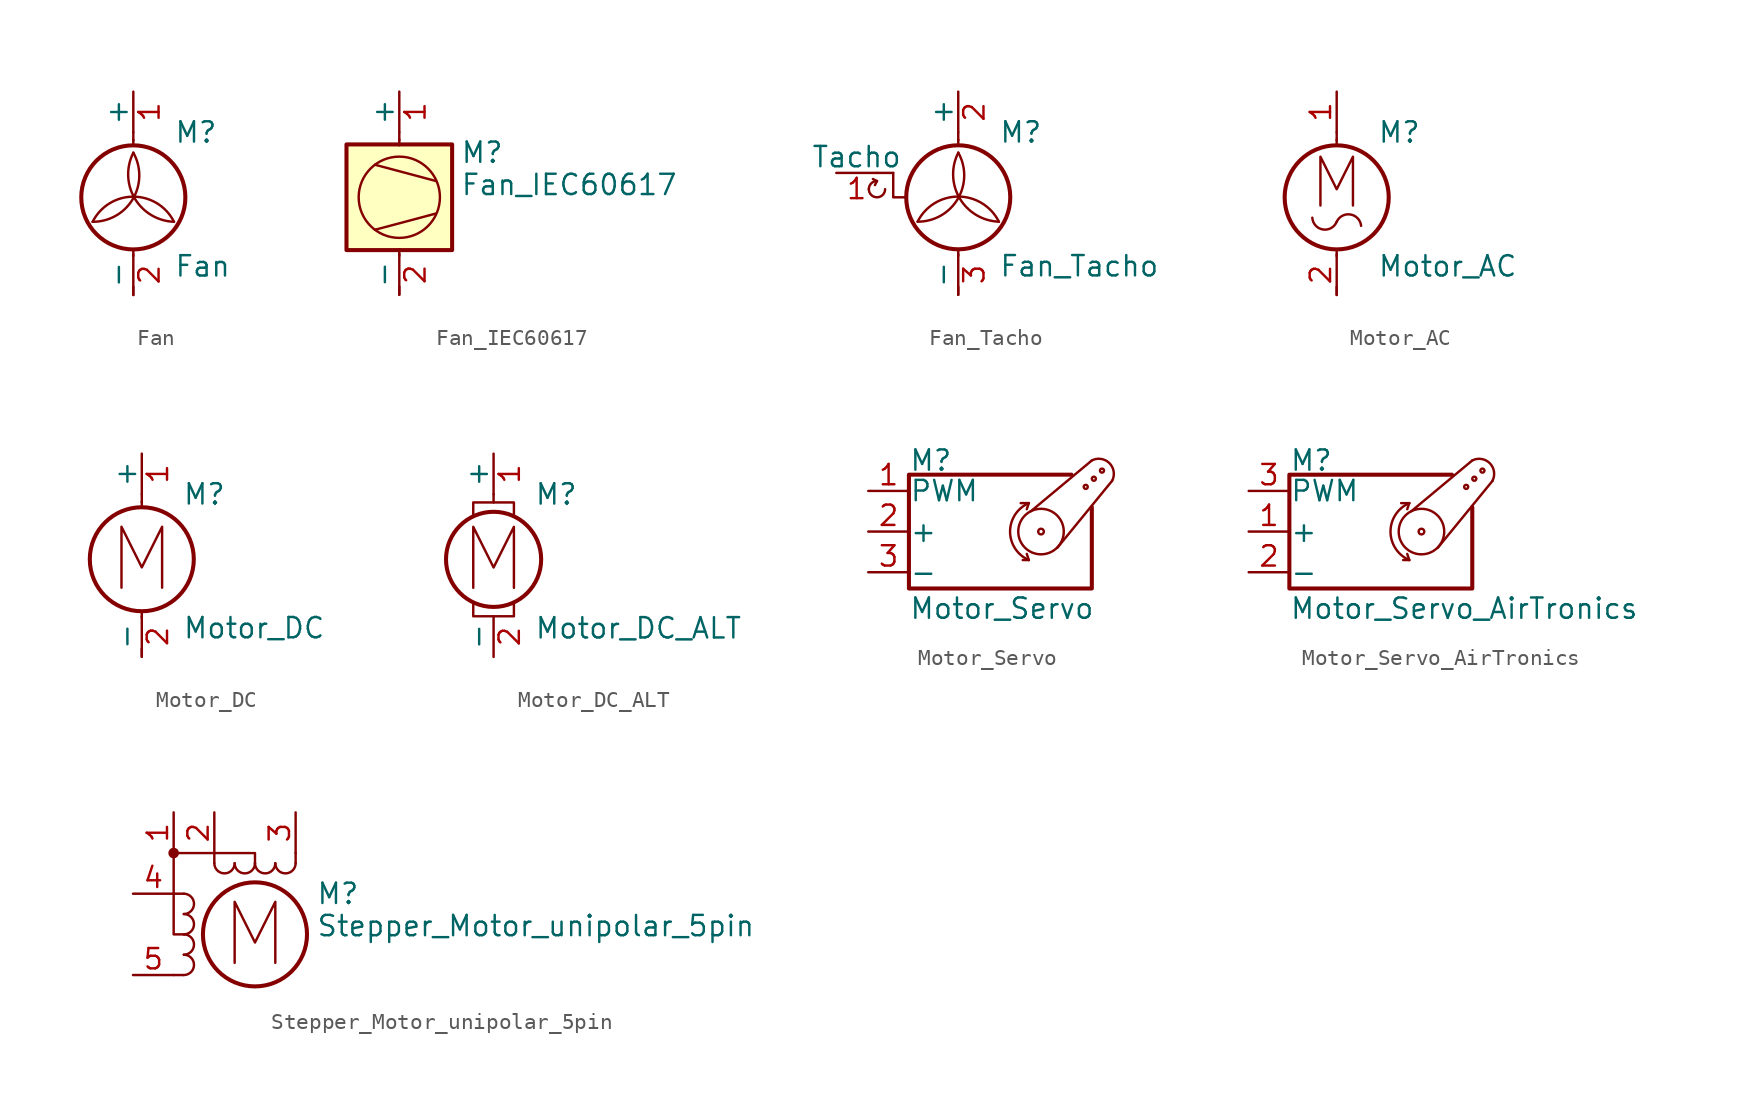
<source format=kicad_sym>
(kicad_symbol_lib
  (version 20201005)
  (generator kicad_symbol_editor)
  (symbol "Fan"
    (pin_names
      (offset 0))
    (property "Reference" "M"
      (at 2.54 5.08 0)
      (effects (font (size 1.27 1.27)) (justify left)))
    (property "Value" "Fan"
      (at 2.54 -2.54 0)
      (effects (font (size 1.27 1.27)) (justify left top)))
    (symbol "Fan_0_1"
      (arc (start 0 3.81) (end -2.54 -0.508) (radius (at -2.4892 2.3876) (length 2.8702) (angles 29.7 -91)) (stroke (width 0)) (fill (type none)))
      (arc (start -2.54 -0.508) (end 2.54 -0.508) (radius (at 0 -1.778) (length 2.8448) (angles 153.4 26.6)) (stroke (width 0)) (fill (type none)))
      (arc (start 2.54 -0.508) (end 0 3.81) (radius (at 2.6162 2.413) (length 2.921) (angles -91.5 151.9)) (stroke (width 0)) (fill (type none)))
      (circle (center 0 1.016) (radius 3.251) (stroke (width 0.254)) (fill (type none)))
      (polyline (pts (xy 0 -5.08) (xy 0 -4.572)) (stroke (width 0)) (fill (type none)))
      (polyline (pts (xy 0 -2.235) (xy 0 -2.642)) (stroke (width 0)) (fill (type none)))
      (polyline (pts (xy 0 4.267) (xy 0 4.623)) (stroke (width 0)) (fill (type none)))
      (polyline (pts (xy 0 4.572) (xy 0 5.08)) (stroke (width 0)) (fill (type none))))
    (symbol "Fan_1_1"
      (pin passive line (at 0 7.62 270) (length 2.54) (name "+" (effects (font (size 1.27 1.27)))) (number "1" (effects (font (size 1.27 1.27)))))
      (pin passive line (at 0 -5.08 90) (length 2.54) (name "-" (effects (font (size 1.27 1.27)))) (number "2" (effects (font (size 1.27 1.27)))))))
  (symbol "Fan_IEC60617"
    (pin_names
      (offset 0))
    (property "Reference" "M"
      (at 3.81 3.81 0)
      (effects (font (size 1.27 1.27)) (justify left)))
    (property "Value" "Fan_IEC60617"
      (at 3.81 2.54 0)
      (effects (font (size 1.27 1.27)) (justify left top)))
    (symbol "Fan_IEC60617_0_1"
      (circle (center 0 1.016) (radius 2.54) (stroke (width 0)) (fill (type none)))
      (rectangle (start -3.302 4.318) (end 3.302 -2.286) (stroke (width 0.254)) (fill (type background)))
      (polyline (pts (xy -1.524 -1.016) (xy 2.286 0)) (stroke (width 0)) (fill (type none)))
      (polyline (pts (xy -1.524 3.048) (xy 2.286 2.032)) (stroke (width 0)) (fill (type none)))
      (polyline (pts (xy 0 -5.08) (xy 0 -4.572)) (stroke (width 0)) (fill (type none)))
      (polyline (pts (xy 0 -2.235) (xy 0 -2.642)) (stroke (width 0)) (fill (type none)))
      (polyline (pts (xy 0 4.267) (xy 0 4.623)) (stroke (width 0)) (fill (type none)))
      (polyline (pts (xy 0 4.572) (xy 0 5.08)) (stroke (width 0)) (fill (type none))))
    (symbol "Fan_IEC60617_1_1"
      (pin passive line (at 0 7.62 270) (length 2.54) (name "+" (effects (font (size 1.27 1.27)))) (number "1" (effects (font (size 1.27 1.27)))))
      (pin passive line (at 0 -5.08 90) (length 2.54) (name "-" (effects (font (size 1.27 1.27)))) (number "2" (effects (font (size 1.27 1.27)))))))
  (symbol "Fan_Tacho"
    (pin_names
      (offset 0))
    (property "Reference" "M"
      (at 2.54 2.54 0)
      (effects (font (size 1.27 1.27)) (justify left)))
    (property "Value" "Fan_Tacho"
      (at 2.54 -5.08 0)
      (effects (font (size 1.27 1.27)) (justify left top)))
    (symbol "Fan_Tacho_0_0"
      (arc (start -5.588 -1.016) (end -5.08 -0.508) (radius (at -5.08 -1.016) (length 0.508) (angles 180 90)) (stroke (width 0)) (fill (type none)))
      (arc (start -5.588 -1.016) (end -4.572 -1.016) (radius (at -5.08 -1.016) (length 0.508) (angles -179.9 -0.1)) (stroke (width 0)) (fill (type none)))
      (polyline (pts (xy -5.08 -0.508) (xy -5.334 -0.381)) (stroke (width 0)) (fill (type none)))
      (polyline (pts (xy -5.08 -0.508) (xy -5.207 -0.762)) (stroke (width 0)) (fill (type none)))
      (polyline (pts (xy -4.064 0) (xy -4.064 -1.524) (xy -3.302 -1.524)) (stroke (width 0)) (fill (type none))))
    (symbol "Fan_Tacho_0_1"
      (arc (start 0 1.27) (end -2.54 -3.048) (radius (at -2.4892 -0.1524) (length 2.8702) (angles 29.7 -91)) (stroke (width 0)) (fill (type none)))
      (arc (start -2.54 -3.048) (end 2.54 -3.048) (radius (at 0 -4.318) (length 2.8448) (angles 153.4 26.6)) (stroke (width 0)) (fill (type none)))
      (arc (start 2.54 -3.048) (end 0 1.27) (radius (at 2.6162 -0.127) (length 2.921) (angles -91.5 151.9)) (stroke (width 0)) (fill (type none)))
      (circle (center 0 -1.524) (radius 3.251) (stroke (width 0.254)) (fill (type none)))
      (polyline (pts (xy -4.064 0) (xy -5.08 0)) (stroke (width 0)) (fill (type none)))
      (polyline (pts (xy 0 -7.62) (xy 0 -7.112)) (stroke (width 0)) (fill (type none)))
      (polyline (pts (xy 0 -4.775) (xy 0 -5.182)) (stroke (width 0)) (fill (type none)))
      (polyline (pts (xy 0 1.727) (xy 0 2.083)) (stroke (width 0)) (fill (type none)))
      (polyline (pts (xy 0 2.032) (xy 0 2.54)) (stroke (width 0)) (fill (type none))))
    (symbol "Fan_Tacho_1_1"
      (pin passive line (at -7.62 0 0) (length 2.54) (name "Tacho" (effects (font (size 1.27 1.27)))) (number "1" (effects (font (size 1.27 1.27)))))
      (pin passive line (at 0 5.08 270) (length 2.54) (name "+" (effects (font (size 1.27 1.27)))) (number "2" (effects (font (size 1.27 1.27)))))
      (pin passive line (at 0 -7.62 90) (length 2.54) (name "-" (effects (font (size 1.27 1.27)))) (number "3" (effects (font (size 1.27 1.27)))))))
  (symbol "Motor_AC"
    (pin_names
      (offset 0))
    (property "Reference" "M"
      (at 2.54 2.54 0)
      (effects (font (size 1.27 1.27)) (justify left)))
    (property "Value" "Motor_AC"
      (at 2.54 -5.08 0)
      (effects (font (size 1.27 1.27)) (justify left top)))
    (symbol "Motor_AC_0_0"
      (arc (start -1.524 -2.794) (end 0 -3.048) (radius (at -0.7366 -2.7432) (length 0.7874) (angles -176.3 -22.5)) (stroke (width 0)) (fill (type none)))
      (arc (start 0 -3.048) (end 1.524 -3.302) (radius (at 0.7112 -3.3528) (length 0.762) (angles 156.8 3.6)) (stroke (width 0)) (fill (type none)))
      (polyline (pts (xy -1.016 -2.032) (xy -1.016 1.016) (xy 0 -1.016) (xy 1.016 1.016) (xy 1.016 -2.032)) (stroke (width 0)) (fill (type none))))
    (symbol "Motor_AC_0_1"
      (circle (center 0 -1.524) (radius 3.251) (stroke (width 0.254)) (fill (type none)))
      (polyline (pts (xy 0 -7.62) (xy 0 -7.112)) (stroke (width 0)) (fill (type none)))
      (polyline (pts (xy 0 -4.775) (xy 0 -5.182)) (stroke (width 0)) (fill (type none)))
      (polyline (pts (xy 0 1.727) (xy 0 2.083)) (stroke (width 0)) (fill (type none)))
      (polyline (pts (xy 0 2.032) (xy 0 2.54)) (stroke (width 0)) (fill (type none))))
    (symbol "Motor_AC_1_1"
      (pin passive line (at 0 5.08 270) (length 2.54) (name "~" (effects (font (size 1.27 1.27)))) (number "1" (effects (font (size 1.27 1.27)))))
      (pin passive line (at 0 -7.62 90) (length 2.54) (name "~" (effects (font (size 1.27 1.27)))) (number "2" (effects (font (size 1.27 1.27)))))))
  (symbol "Motor_DC"
    (pin_names
      (offset 0))
    (property "Reference" "M"
      (at 2.54 2.54 0)
      (effects (font (size 1.27 1.27)) (justify left)))
    (property "Value" "Motor_DC"
      (at 2.54 -5.08 0)
      (effects (font (size 1.27 1.27)) (justify left top)))
    (symbol "Motor_DC_0_0"
      (polyline (pts (xy -1.27 -3.302) (xy -1.27 0.508) (xy 0 -2.032) (xy 1.27 0.508) (xy 1.27 -3.302)) (stroke (width 0)) (fill (type none))))
    (symbol "Motor_DC_0_1"
      (circle (center 0 -1.524) (radius 3.251) (stroke (width 0.254)) (fill (type none)))
      (polyline (pts (xy 0 -7.62) (xy 0 -7.112)) (stroke (width 0)) (fill (type none)))
      (polyline (pts (xy 0 -4.775) (xy 0 -5.182)) (stroke (width 0)) (fill (type none)))
      (polyline (pts (xy 0 1.727) (xy 0 2.083)) (stroke (width 0)) (fill (type none)))
      (polyline (pts (xy 0 2.032) (xy 0 2.54)) (stroke (width 0)) (fill (type none))))
    (symbol "Motor_DC_1_1"
      (pin passive line (at 0 5.08 270) (length 2.54) (name "+" (effects (font (size 1.27 1.27)))) (number "1" (effects (font (size 1.27 1.27)))))
      (pin passive line (at 0 -7.62 90) (length 2.54) (name "-" (effects (font (size 1.27 1.27)))) (number "2" (effects (font (size 1.27 1.27)))))))
  (symbol "Motor_DC_ALT"
    (pin_names
      (offset 0))
    (property "Reference" "M"
      (at 2.54 2.54 0)
      (effects (font (size 1.27 1.27)) (justify left)))
    (property "Value" "Motor_DC_ALT"
      (at 2.54 -5.08 0)
      (effects (font (size 1.27 1.27)) (justify left top)))
    (symbol "Motor_DC_ALT_0_0"
      (circle (center 0 -1.524) (radius 2.972) (stroke (width 0.254)) (fill (type none)))
      (polyline (pts (xy -1.27 -4.318) (xy -1.27 -5.08) (xy 1.27 -5.08) (xy 1.27 -4.318)) (stroke (width 0)) (fill (type none)))
      (polyline (pts (xy -1.27 1.27) (xy -1.27 2.032) (xy 1.27 2.032) (xy 1.27 1.27)) (stroke (width 0)) (fill (type none)))
      (polyline (pts (xy -1.27 -3.302) (xy -1.27 0.508) (xy 0 -2.032) (xy 1.27 0.508) (xy 1.27 -3.302)) (stroke (width 0)) (fill (type none))))
    (symbol "Motor_DC_ALT_0_1"
      (polyline (pts (xy 0 2.032) (xy 0 2.54)) (stroke (width 0)) (fill (type none))))
    (symbol "Motor_DC_ALT_1_1"
      (pin passive line (at 0 5.08 270) (length 2.54) (name "+" (effects (font (size 1.27 1.27)))) (number "1" (effects (font (size 1.27 1.27)))))
      (pin passive line (at 0 -7.62 90) (length 2.54) (name "-" (effects (font (size 1.27 1.27)))) (number "2" (effects (font (size 1.27 1.27)))))))
  (symbol "Motor_Servo"
    (pin_names
      (offset 0.025))
    (property "Reference" "M"
      (at -5.08 4.445 0)
      (effects (font (size 1.27 1.27)) (justify left)))
    (property "Value" "Motor_Servo"
      (at -5.08 -4.064 0)
      (effects (font (size 1.27 1.27)) (justify left top)))
    (symbol "Motor_Servo_0_1"
      (arc (start 2.413 1.778) (end 2.413 -1.778) (radius (at 3.175 0) (length 1.9304) (angles 113.2 -113.2)) (stroke (width 0)) (fill (type none)))
      (arc (start 6.35 4.445) (end 7.62 3.175) (radius (at 6.7818 3.6068) (length 0.9398) (angles 117.3 -27.3)) (stroke (width 0)) (fill (type none)))
      (circle (center 3.175 0) (radius 0.178) (stroke (width 0)) (fill (type none)))
      (circle (center 3.175 0) (radius 1.422) (stroke (width 0)) (fill (type none)))
      (circle (center 5.969 2.794) (radius 0.127) (stroke (width 0)) (fill (type none)))
      (circle (center 6.477 3.302) (radius 0.127) (stroke (width 0)) (fill (type none)))
      (circle (center 6.985 3.81) (radius 0.127) (stroke (width 0)) (fill (type none)))
      (polyline (pts (xy 2.413 -1.778) (xy 2.032 -1.778)) (stroke (width 0)) (fill (type none)))
      (polyline (pts (xy 2.413 -1.778) (xy 2.286 -1.397)) (stroke (width 0)) (fill (type none)))
      (polyline (pts (xy 2.413 1.778) (xy 1.905 1.778)) (stroke (width 0)) (fill (type none)))
      (polyline (pts (xy 2.413 1.778) (xy 2.286 1.397)) (stroke (width 0)) (fill (type none)))
      (polyline (pts (xy 6.35 4.445) (xy 2.54 1.27)) (stroke (width 0)) (fill (type none)))
      (polyline (pts (xy 7.62 3.175) (xy 4.191 -1.016)) (stroke (width 0)) (fill (type none)))
      (polyline (pts (xy 5.08 3.556) (xy -5.08 3.556) (xy -5.08 -3.556) (xy 6.35 -3.556) (xy 6.35 1.524)) (stroke (width 0.254)) (fill (type none))))
    (symbol "Motor_Servo_1_1"
      (pin passive line (at -7.62 2.54 0) (length 2.54) (name "PWM" (effects (font (size 1.27 1.27)))) (number "1" (effects (font (size 1.27 1.27)))))
      (pin passive line (at -7.62 0 0) (length 2.54) (name "+" (effects (font (size 1.27 1.27)))) (number "2" (effects (font (size 1.27 1.27)))))
      (pin passive line (at -7.62 -2.54 0) (length 2.54) (name "-" (effects (font (size 1.27 1.27)))) (number "3" (effects (font (size 1.27 1.27)))))))
  (symbol "Motor_Servo_AirTronics"
    (pin_names
      (offset 0.025))
    (property "Reference" "M"
      (at -5.08 4.445 0)
      (effects (font (size 1.27 1.27)) (justify left)))
    (property "Value" "Motor_Servo_AirTronics"
      (at -5.08 -4.064 0)
      (effects (font (size 1.27 1.27)) (justify left top)))
    (symbol "Motor_Servo_AirTronics_0_1"
      (arc (start 2.413 1.778) (end 2.413 -1.778) (radius (at 3.175 0) (length 1.9304) (angles 113.2 -113.2)) (stroke (width 0)) (fill (type none)))
      (arc (start 6.35 4.445) (end 7.62 3.175) (radius (at 6.7818 3.6068) (length 0.9398) (angles 117.3 -27.3)) (stroke (width 0)) (fill (type none)))
      (circle (center 3.175 0) (radius 0.178) (stroke (width 0)) (fill (type none)))
      (circle (center 3.175 0) (radius 1.422) (stroke (width 0)) (fill (type none)))
      (circle (center 5.969 2.794) (radius 0.127) (stroke (width 0)) (fill (type none)))
      (circle (center 6.477 3.302) (radius 0.127) (stroke (width 0)) (fill (type none)))
      (circle (center 6.985 3.81) (radius 0.127) (stroke (width 0)) (fill (type none)))
      (polyline (pts (xy 2.413 -1.778) (xy 2.032 -1.778)) (stroke (width 0)) (fill (type none)))
      (polyline (pts (xy 2.413 -1.778) (xy 2.286 -1.397)) (stroke (width 0)) (fill (type none)))
      (polyline (pts (xy 2.413 1.778) (xy 1.905 1.778)) (stroke (width 0)) (fill (type none)))
      (polyline (pts (xy 2.413 1.778) (xy 2.286 1.397)) (stroke (width 0)) (fill (type none)))
      (polyline (pts (xy 6.35 4.445) (xy 2.54 1.27)) (stroke (width 0)) (fill (type none)))
      (polyline (pts (xy 7.62 3.175) (xy 4.191 -1.016)) (stroke (width 0)) (fill (type none)))
      (polyline (pts (xy 6.35 1.524) (xy 6.35 -3.556) (xy -5.08 -3.556) (xy -5.08 3.556) (xy 5.08 3.556)) (stroke (width 0.254)) (fill (type none))))
    (symbol "Motor_Servo_AirTronics_1_1"
      (pin passive line (at -7.62 0 0) (length 2.54) (name "+" (effects (font (size 1.27 1.27)))) (number "1" (effects (font (size 1.27 1.27)))))
      (pin passive line (at -7.62 -2.54 0) (length 2.54) (name "-" (effects (font (size 1.27 1.27)))) (number "2" (effects (font (size 1.27 1.27)))))
      (pin passive line (at -7.62 2.54 0) (length 2.54) (name "PWM" (effects (font (size 1.27 1.27)))) (number "3" (effects (font (size 1.27 1.27)))))))
  (symbol "Stepper_Motor_unipolar_5pin"
    (pin_names
      (offset 0) hide)
    (property "Reference" "M"
      (at 3.81 2.54 0)
      (effects (font (size 1.27 1.27)) (justify left)))
    (property "Value" "Stepper_Motor_unipolar_5pin"
      (at 3.81 1.27 0)
      (effects (font (size 1.27 1.27)) (justify left top)))
    (symbol "Stepper_Motor_unipolar_5pin_0_0"
      (polyline (pts (xy -1.27 -1.778) (xy -1.27 2.032) (xy 0 -0.508) (xy 1.27 2.032) (xy 1.27 -1.778)) (stroke (width 0)) (fill (type none))))
    (symbol "Stepper_Motor_unipolar_5pin_0_1"
      (arc (start -4.445 -2.54) (end -4.445 -1.27) (radius (at -4.445 -1.905) (length 0.635) (angles -89.9 89.9)) (stroke (width 0)) (fill (type none)))
      (arc (start -4.445 -1.27) (end -4.445 0) (radius (at -4.445 -0.635) (length 0.635) (angles -89.9 89.9)) (stroke (width 0)) (fill (type none)))
      (arc (start -4.445 0) (end -4.445 1.27) (radius (at -4.445 0.635) (length 0.635) (angles -89.9 89.9)) (stroke (width 0)) (fill (type none)))
      (arc (start -4.445 1.27) (end -4.445 2.54) (radius (at -4.445 1.905) (length 0.635) (angles -89.9 89.9)) (stroke (width 0)) (fill (type none)))
      (arc (start -2.54 4.445) (end -1.27 4.445) (radius (at -1.905 4.445) (length 0.635) (angles -179.9 -0.1)) (stroke (width 0)) (fill (type none)))
      (arc (start -1.27 4.445) (end 0 4.445) (radius (at -0.635 4.445) (length 0.635) (angles -179.9 -0.1)) (stroke (width 0)) (fill (type none)))
      (arc (start 0 4.445) (end 1.27 4.445) (radius (at 0.635 4.445) (length 0.635) (angles -179.9 -0.1)) (stroke (width 0)) (fill (type none)))
      (arc (start 1.27 4.445) (end 2.54 4.445) (radius (at 1.905 4.445) (length 0.635) (angles -179.9 -0.1)) (stroke (width 0)) (fill (type none)))
      (circle (center -5.08 5.08) (radius 0) (stroke (width 0)) (fill (type outline)))
      (circle (center -5.08 5.08) (radius 0.254) (stroke (width 0)) (fill (type outline)))
      (circle (center 0 0) (radius 3.251) (stroke (width 0.254)) (fill (type none)))
      (polyline (pts (xy -5.08 -2.54) (xy -4.445 -2.54)) (stroke (width 0)) (fill (type none)))
      (polyline (pts (xy -5.08 2.54) (xy -4.445 2.54)) (stroke (width 0)) (fill (type none)))
      (polyline (pts (xy -2.54 4.445) (xy -2.54 5.08)) (stroke (width 0)) (fill (type none)))
      (polyline (pts (xy 2.54 4.445) (xy 2.54 5.08)) (stroke (width 0)) (fill (type none)))
      (polyline (pts (xy -5.08 5.08) (xy -5.08 0) (xy -4.445 0)) (stroke (width 0)) (fill (type none)))
      (polyline (pts (xy 0 4.445) (xy 0 5.08) (xy -5.08 5.08)) (stroke (width 0)) (fill (type none))))
    (symbol "Stepper_Motor_unipolar_5pin_1_1"
      (pin passive line (at -5.08 7.62 270) (length 2.54) (name "~" (effects (font (size 1.27 1.27)))) (number "1" (effects (font (size 1.27 1.27)))))
      (pin passive line (at -2.54 7.62 270) (length 2.54) (name "~" (effects (font (size 1.27 1.27)))) (number "2" (effects (font (size 1.27 1.27)))))
      (pin passive line (at 2.54 7.62 270) (length 2.54) (name "-" (effects (font (size 1.27 1.27)))) (number "3" (effects (font (size 1.27 1.27)))))
      (pin passive line (at -7.62 2.54 0) (length 2.54) (name "~" (effects (font (size 1.27 1.27)))) (number "4" (effects (font (size 1.27 1.27)))))
      (pin passive line (at -7.62 -2.54 0) (length 2.54) (name "~" (effects (font (size 1.27 1.27)))) (number "5" (effects (font (size 1.27 1.27))))))))
</source>
